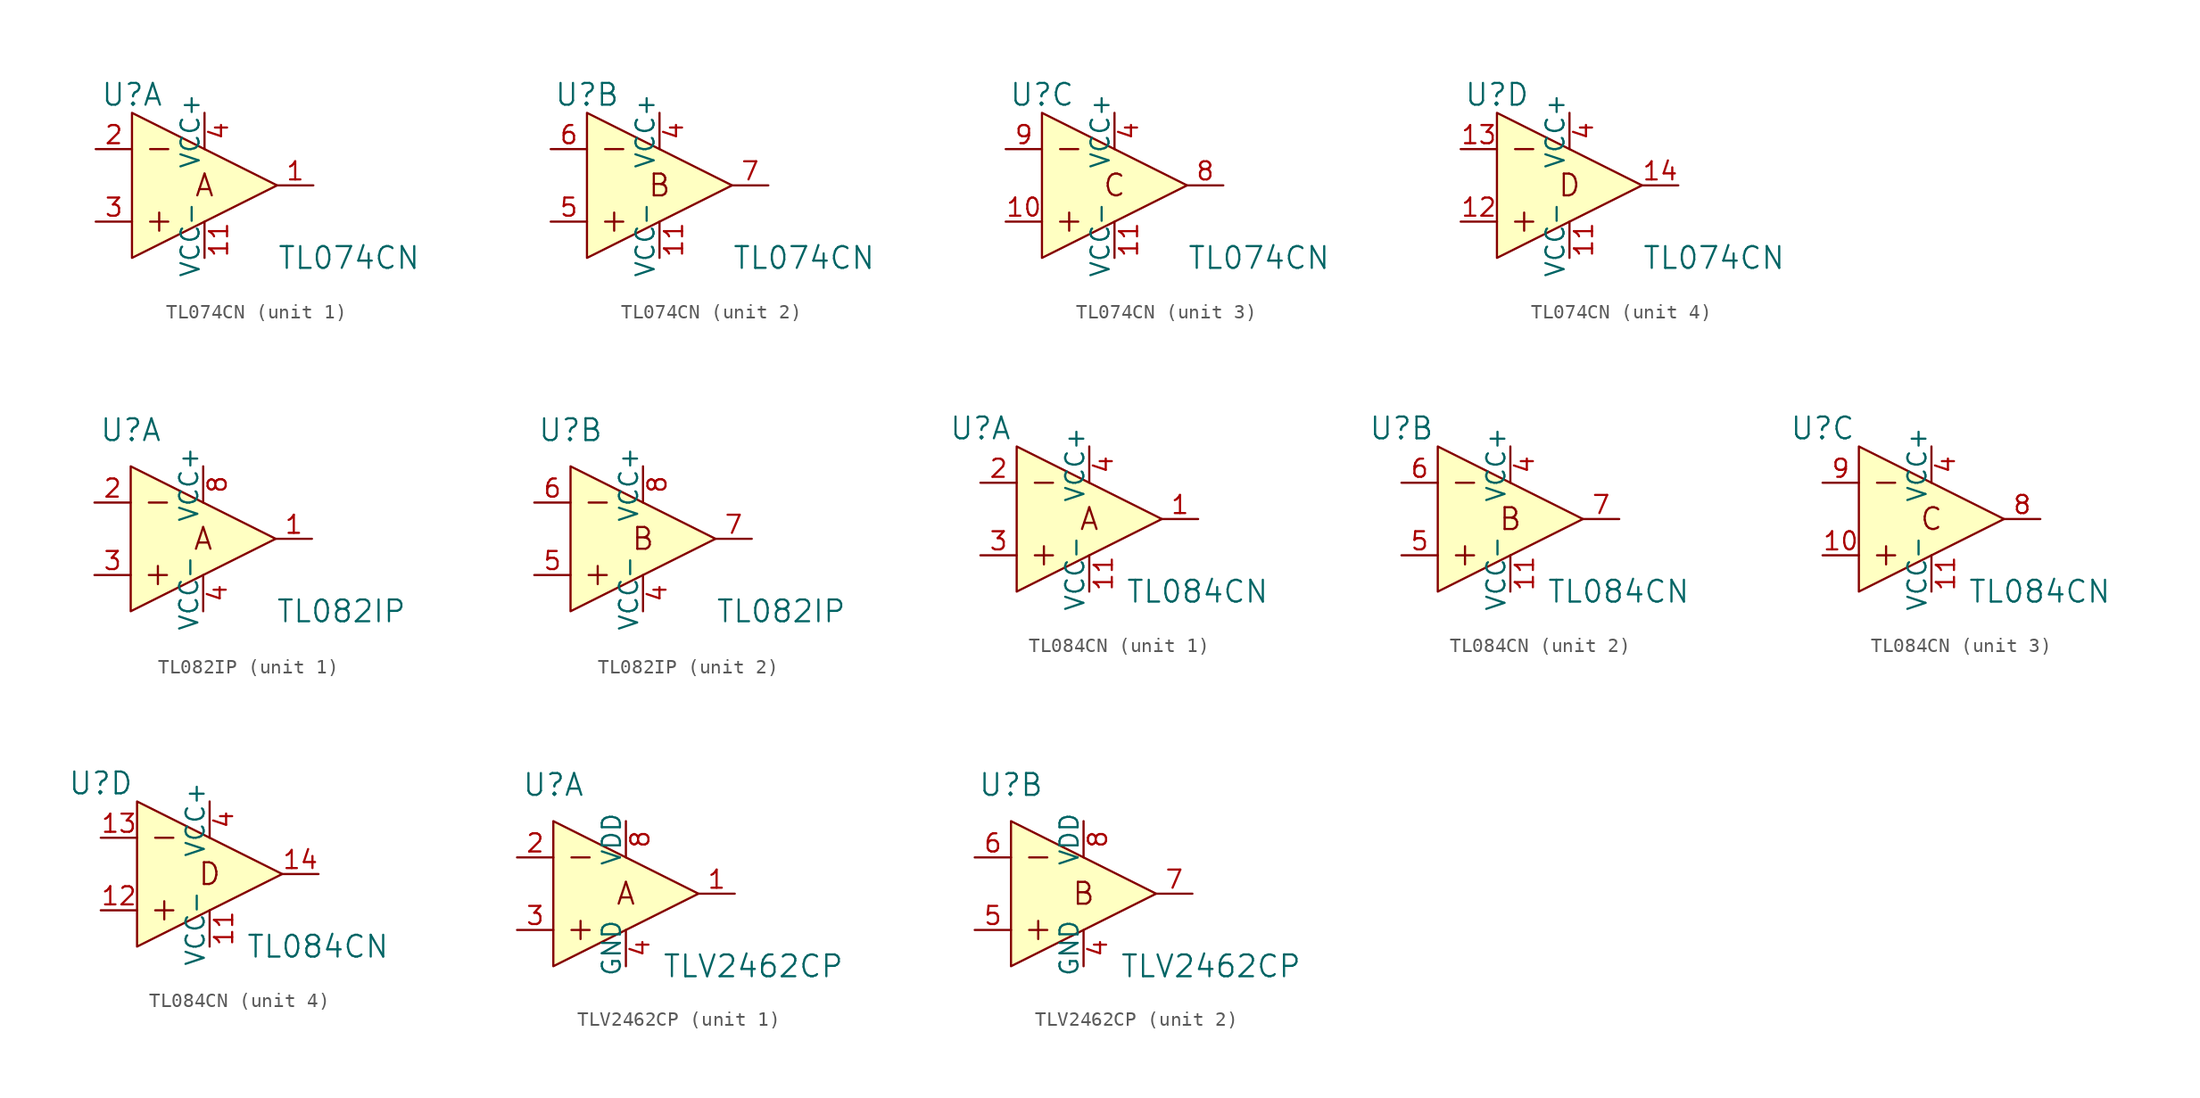
<source format=kicad_sym>
(kicad_symbol_lib
  (version 20220914)
  (generator kicad_symbol_editor)
  (symbol "TL074CN"
    (pin_names
      (offset 0))
    (property "Reference" "U"
      (at -5.08 6.35 0)
      (effects (font (size 1.524 1.524))))
    (property "Value" "TL074CN"
      (at 5.08 -5.08 0)
      (effects (font (size 1.524 1.524)) (justify left)))
    (property "ki_locked" ""
      (at 0 0 0)
      (effects (font (size 1.27 1.27))))
    (symbol "TL074CN_0_0"
      (polyline (pts (xy -3.81 -2.54) (xy -2.54 -2.54)) (stroke (width 0) (type default)) (fill (type none)))
      (polyline (pts (xy -3.81 2.54) (xy -2.54 2.54)) (stroke (width 0) (type default)) (fill (type none)))
      (polyline (pts (xy -3.175 -1.905) (xy -3.175 -3.175)) (stroke (width 0) (type default)) (fill (type none)))
      (polyline (pts (xy -5.08 5.08) (xy -5.08 -5.08) (xy 5.08 0) (xy -5.08 5.08)) (stroke (width 0) (type default)) (fill (type background))))
    (symbol "TL074CN_1_0"
      (text "A" (at 0 0 0) (effects (font (size 1.524 1.524)))))
    (symbol "TL074CN_1_1"
      (pin output line (at 7.62 0 180) (length 2.54) (name "~" (effects (font (size 1.27 1.27)))) (number "1" (effects (font (size 1.27 1.27)))))
      (pin power_in line (at 0 -5.08 90) (length 2.54) (name "VCC-" (effects (font (size 1.27 1.27)))) (number "11" (effects (font (size 1.27 1.27)))))
      (pin input line (at -7.62 2.54 0) (length 2.54) (name "~" (effects (font (size 1.27 1.27)))) (number "2" (effects (font (size 1.27 1.27)))))
      (pin input line (at -7.62 -2.54 0) (length 2.54) (name "~" (effects (font (size 1.27 1.27)))) (number "3" (effects (font (size 1.27 1.27)))))
      (pin power_in line (at 0 5.08 270) (length 2.54) (name "VCC+" (effects (font (size 1.27 1.27)))) (number "4" (effects (font (size 1.27 1.27))))))
    (symbol "TL074CN_2_0"
      (text "B" (at 0 0 0) (effects (font (size 1.524 1.524)))))
    (symbol "TL074CN_2_1"
      (pin power_in line (at 0 -5.08 90) (length 2.54) (name "VCC-" (effects (font (size 1.27 1.27)))) (number "11" (effects (font (size 1.27 1.27)))))
      (pin power_in line (at 0 5.08 270) (length 2.54) (name "VCC+" (effects (font (size 1.27 1.27)))) (number "4" (effects (font (size 1.27 1.27)))))
      (pin input line (at -7.62 -2.54 0) (length 2.54) (name "~" (effects (font (size 1.27 1.27)))) (number "5" (effects (font (size 1.27 1.27)))))
      (pin input line (at -7.62 2.54 0) (length 2.54) (name "~" (effects (font (size 1.27 1.27)))) (number "6" (effects (font (size 1.27 1.27)))))
      (pin output line (at 7.62 0 180) (length 2.54) (name "~" (effects (font (size 1.27 1.27)))) (number "7" (effects (font (size 1.27 1.27))))))
    (symbol "TL074CN_3_0"
      (text "C" (at 0 0 0) (effects (font (size 1.524 1.524)))))
    (symbol "TL074CN_3_1"
      (pin input line (at -7.62 -2.54 0) (length 2.54) (name "~" (effects (font (size 1.27 1.27)))) (number "10" (effects (font (size 1.27 1.27)))))
      (pin power_in line (at 0 -5.08 90) (length 2.54) (name "VCC-" (effects (font (size 1.27 1.27)))) (number "11" (effects (font (size 1.27 1.27)))))
      (pin power_in line (at 0 5.08 270) (length 2.54) (name "VCC+" (effects (font (size 1.27 1.27)))) (number "4" (effects (font (size 1.27 1.27)))))
      (pin output line (at 7.62 0 180) (length 2.54) (name "~" (effects (font (size 1.27 1.27)))) (number "8" (effects (font (size 1.27 1.27)))))
      (pin input line (at -7.62 2.54 0) (length 2.54) (name "~" (effects (font (size 1.27 1.27)))) (number "9" (effects (font (size 1.27 1.27))))))
    (symbol "TL074CN_4_0"
      (text "D" (at 0 0 0) (effects (font (size 1.524 1.524)))))
    (symbol "TL074CN_4_1"
      (pin power_in line (at 0 -5.08 90) (length 2.54) (name "VCC-" (effects (font (size 1.27 1.27)))) (number "11" (effects (font (size 1.27 1.27)))))
      (pin input line (at -7.62 -2.54 0) (length 2.54) (name "~" (effects (font (size 1.27 1.27)))) (number "12" (effects (font (size 1.27 1.27)))))
      (pin input line (at -7.62 2.54 0) (length 2.54) (name "~" (effects (font (size 1.27 1.27)))) (number "13" (effects (font (size 1.27 1.27)))))
      (pin output line (at 7.62 0 180) (length 2.54) (name "~" (effects (font (size 1.27 1.27)))) (number "14" (effects (font (size 1.27 1.27)))))
      (pin power_in line (at 0 5.08 270) (length 2.54) (name "VCC+" (effects (font (size 1.27 1.27)))) (number "4" (effects (font (size 1.27 1.27)))))))
  (symbol "TL082IP"
    (pin_names
      (offset 0))
    (property "Reference" "U"
      (at -5.08 7.62 0)
      (effects (font (size 1.524 1.524))))
    (property "Value" "TL082IP"
      (at 5.08 -5.08 0)
      (effects (font (size 1.524 1.524)) (justify left)))
    (property "ki_locked" ""
      (at 0 0 0)
      (effects (font (size 1.27 1.27))))
    (symbol "TL082IP_0_0"
      (polyline (pts (xy -3.81 -2.54) (xy -2.54 -2.54)) (stroke (width 0) (type default)) (fill (type none)))
      (polyline (pts (xy -3.81 2.54) (xy -2.54 2.54)) (stroke (width 0) (type default)) (fill (type none)))
      (polyline (pts (xy -3.175 -1.905) (xy -3.175 -3.175)) (stroke (width 0) (type default)) (fill (type none)))
      (polyline (pts (xy -5.08 5.08) (xy -5.08 -5.08) (xy 5.08 0) (xy -5.08 5.08)) (stroke (width 0) (type default)) (fill (type background))))
    (symbol "TL082IP_1_0"
      (text "A" (at 0 0 0) (effects (font (size 1.524 1.524)))))
    (symbol "TL082IP_1_1"
      (pin output line (at 7.62 0 180) (length 2.54) (name "~" (effects (font (size 1.27 1.27)))) (number "1" (effects (font (size 1.27 1.27)))))
      (pin input line (at -7.62 2.54 0) (length 2.54) (name "~" (effects (font (size 1.27 1.27)))) (number "2" (effects (font (size 1.27 1.27)))))
      (pin input line (at -7.62 -2.54 0) (length 2.54) (name "~" (effects (font (size 1.27 1.27)))) (number "3" (effects (font (size 1.27 1.27)))))
      (pin power_in line (at 0 -5.08 90) (length 2.54) (name "VCC-" (effects (font (size 1.27 1.27)))) (number "4" (effects (font (size 1.27 1.27)))))
      (pin power_in line (at 0 5.08 270) (length 2.54) (name "VCC+" (effects (font (size 1.27 1.27)))) (number "8" (effects (font (size 1.27 1.27))))))
    (symbol "TL082IP_2_0"
      (text "B" (at 0 0 0) (effects (font (size 1.524 1.524)))))
    (symbol "TL082IP_2_1"
      (pin power_in line (at 0 -5.08 90) (length 2.54) (name "VCC-" (effects (font (size 1.27 1.27)))) (number "4" (effects (font (size 1.27 1.27)))))
      (pin input line (at -7.62 -2.54 0) (length 2.54) (name "~" (effects (font (size 1.27 1.27)))) (number "5" (effects (font (size 1.27 1.27)))))
      (pin input line (at -7.62 2.54 0) (length 2.54) (name "~" (effects (font (size 1.27 1.27)))) (number "6" (effects (font (size 1.27 1.27)))))
      (pin output line (at 7.62 0 180) (length 2.54) (name "~" (effects (font (size 1.27 1.27)))) (number "7" (effects (font (size 1.27 1.27)))))
      (pin power_in line (at 0 5.08 270) (length 2.54) (name "VCC+" (effects (font (size 1.27 1.27)))) (number "8" (effects (font (size 1.27 1.27)))))))
  (symbol "TL084CN"
    (pin_names
      (offset 0))
    (property "Reference" "U"
      (at -7.62 6.35 0)
      (effects (font (size 1.524 1.524))))
    (property "Value" "TL084CN"
      (at 2.54 -5.08 0)
      (effects (font (size 1.524 1.524)) (justify left)))
    (property "ki_locked" ""
      (at 0 0 0)
      (effects (font (size 1.27 1.27))))
    (symbol "TL084CN_0_1"
      (polyline (pts (xy -3.81 -2.54) (xy -2.54 -2.54)) (stroke (width 0) (type default)) (fill (type none)))
      (polyline (pts (xy -3.81 2.54) (xy -2.54 2.54)) (stroke (width 0) (type default)) (fill (type none)))
      (polyline (pts (xy -3.175 -1.905) (xy -3.175 -3.175)) (stroke (width 0) (type default)) (fill (type none)))
      (polyline (pts (xy -5.08 5.08) (xy -5.08 -5.08) (xy 5.08 0) (xy -5.08 5.08)) (stroke (width 0) (type default)) (fill (type background))))
    (symbol "TL084CN_1_0"
      (text "A" (at 0 0 0) (effects (font (size 1.524 1.524)))))
    (symbol "TL084CN_1_1"
      (pin output line (at 7.62 0 180) (length 2.54) (name "~" (effects (font (size 1.27 1.27)))) (number "1" (effects (font (size 1.27 1.27)))))
      (pin power_in line (at 0 -5.08 90) (length 2.54) (name "VCC-" (effects (font (size 1.27 1.27)))) (number "11" (effects (font (size 1.27 1.27)))))
      (pin input line (at -7.62 2.54 0) (length 2.54) (name "~" (effects (font (size 1.27 1.27)))) (number "2" (effects (font (size 1.27 1.27)))))
      (pin input line (at -7.62 -2.54 0) (length 2.54) (name "~" (effects (font (size 1.27 1.27)))) (number "3" (effects (font (size 1.27 1.27)))))
      (pin power_in line (at 0 5.08 270) (length 2.54) (name "VCC+" (effects (font (size 1.27 1.27)))) (number "4" (effects (font (size 1.27 1.27))))))
    (symbol "TL084CN_2_0"
      (text "B" (at 0 0 0) (effects (font (size 1.524 1.524)))))
    (symbol "TL084CN_2_1"
      (pin power_in line (at 0 -5.08 90) (length 2.54) (name "VCC-" (effects (font (size 1.27 1.27)))) (number "11" (effects (font (size 1.27 1.27)))))
      (pin power_in line (at 0 5.08 270) (length 2.54) (name "VCC+" (effects (font (size 1.27 1.27)))) (number "4" (effects (font (size 1.27 1.27)))))
      (pin input line (at -7.62 -2.54 0) (length 2.54) (name "~" (effects (font (size 1.27 1.27)))) (number "5" (effects (font (size 1.27 1.27)))))
      (pin input line (at -7.62 2.54 0) (length 2.54) (name "~" (effects (font (size 1.27 1.27)))) (number "6" (effects (font (size 1.27 1.27)))))
      (pin output line (at 7.62 0 180) (length 2.54) (name "~" (effects (font (size 1.27 1.27)))) (number "7" (effects (font (size 1.27 1.27))))))
    (symbol "TL084CN_3_0"
      (text "C" (at 0 0 0) (effects (font (size 1.524 1.524)))))
    (symbol "TL084CN_3_1"
      (pin input line (at -7.62 -2.54 0) (length 2.54) (name "~" (effects (font (size 1.27 1.27)))) (number "10" (effects (font (size 1.27 1.27)))))
      (pin power_in line (at 0 -5.08 90) (length 2.54) (name "VCC-" (effects (font (size 1.27 1.27)))) (number "11" (effects (font (size 1.27 1.27)))))
      (pin power_in line (at 0 5.08 270) (length 2.54) (name "VCC+" (effects (font (size 1.27 1.27)))) (number "4" (effects (font (size 1.27 1.27)))))
      (pin output line (at 7.62 0 180) (length 2.54) (name "~" (effects (font (size 1.27 1.27)))) (number "8" (effects (font (size 1.27 1.27)))))
      (pin input line (at -7.62 2.54 0) (length 2.54) (name "~" (effects (font (size 1.27 1.27)))) (number "9" (effects (font (size 1.27 1.27))))))
    (symbol "TL084CN_4_0"
      (text "D" (at 0 0 0) (effects (font (size 1.524 1.524)))))
    (symbol "TL084CN_4_1"
      (pin power_in line (at 0 -5.08 90) (length 2.54) (name "VCC-" (effects (font (size 1.27 1.27)))) (number "11" (effects (font (size 1.27 1.27)))))
      (pin input line (at -7.62 -2.54 0) (length 2.54) (name "~" (effects (font (size 1.27 1.27)))) (number "12" (effects (font (size 1.27 1.27)))))
      (pin input line (at -7.62 2.54 0) (length 2.54) (name "~" (effects (font (size 1.27 1.27)))) (number "13" (effects (font (size 1.27 1.27)))))
      (pin output line (at 7.62 0 180) (length 2.54) (name "~" (effects (font (size 1.27 1.27)))) (number "14" (effects (font (size 1.27 1.27)))))
      (pin power_in line (at 0 5.08 270) (length 2.54) (name "VCC+" (effects (font (size 1.27 1.27)))) (number "4" (effects (font (size 1.27 1.27)))))))
  (symbol "TLV2462CP"
    (pin_names
      (offset 0))
    (property "Reference" "U"
      (at -5.08 7.62 0)
      (effects (font (size 1.524 1.524))))
    (property "Value" "TLV2462CP"
      (at 2.54 -5.08 0)
      (effects (font (size 1.524 1.524)) (justify left)))
    (property "ki_locked" ""
      (at 0 0 0)
      (effects (font (size 1.27 1.27))))
    (symbol "TLV2462CP_0_0"
      (polyline (pts (xy -3.81 -2.54) (xy -2.54 -2.54)) (stroke (width 0) (type default)) (fill (type none)))
      (polyline (pts (xy -3.81 2.54) (xy -2.54 2.54)) (stroke (width 0) (type default)) (fill (type none)))
      (polyline (pts (xy -3.175 -1.905) (xy -3.175 -3.175)) (stroke (width 0) (type default)) (fill (type none)))
      (polyline (pts (xy -5.08 5.08) (xy -5.08 -5.08) (xy 5.08 0) (xy -5.08 5.08)) (stroke (width 0) (type default)) (fill (type background))))
    (symbol "TLV2462CP_1_0"
      (text "A" (at 0 0 0) (effects (font (size 1.524 1.524)))))
    (symbol "TLV2462CP_1_1"
      (pin output line (at 7.62 0 180) (length 2.54) (name "~" (effects (font (size 1.27 1.27)))) (number "1" (effects (font (size 1.27 1.27)))))
      (pin input line (at -7.62 2.54 0) (length 2.54) (name "~" (effects (font (size 1.27 1.27)))) (number "2" (effects (font (size 1.27 1.27)))))
      (pin input line (at -7.62 -2.54 0) (length 2.54) (name "~" (effects (font (size 1.27 1.27)))) (number "3" (effects (font (size 1.27 1.27)))))
      (pin power_in line (at 0 -5.08 90) (length 2.54) (name "GND" (effects (font (size 1.27 1.27)))) (number "4" (effects (font (size 1.27 1.27)))))
      (pin power_in line (at 0 5.08 270) (length 2.54) (name "VDD" (effects (font (size 1.27 1.27)))) (number "8" (effects (font (size 1.27 1.27))))))
    (symbol "TLV2462CP_2_0"
      (text "B" (at 0 0 0) (effects (font (size 1.524 1.524)))))
    (symbol "TLV2462CP_2_1"
      (pin power_in line (at 0 -5.08 90) (length 2.54) (name "GND" (effects (font (size 1.27 1.27)))) (number "4" (effects (font (size 1.27 1.27)))))
      (pin input line (at -7.62 -2.54 0) (length 2.54) (name "~" (effects (font (size 1.27 1.27)))) (number "5" (effects (font (size 1.27 1.27)))))
      (pin input line (at -7.62 2.54 0) (length 2.54) (name "~" (effects (font (size 1.27 1.27)))) (number "6" (effects (font (size 1.27 1.27)))))
      (pin output line (at 7.62 0 180) (length 2.54) (name "~" (effects (font (size 1.27 1.27)))) (number "7" (effects (font (size 1.27 1.27)))))
      (pin power_in line (at 0 5.08 270) (length 2.54) (name "VDD" (effects (font (size 1.27 1.27)))) (number "8" (effects (font (size 1.27 1.27))))))))
</source>
